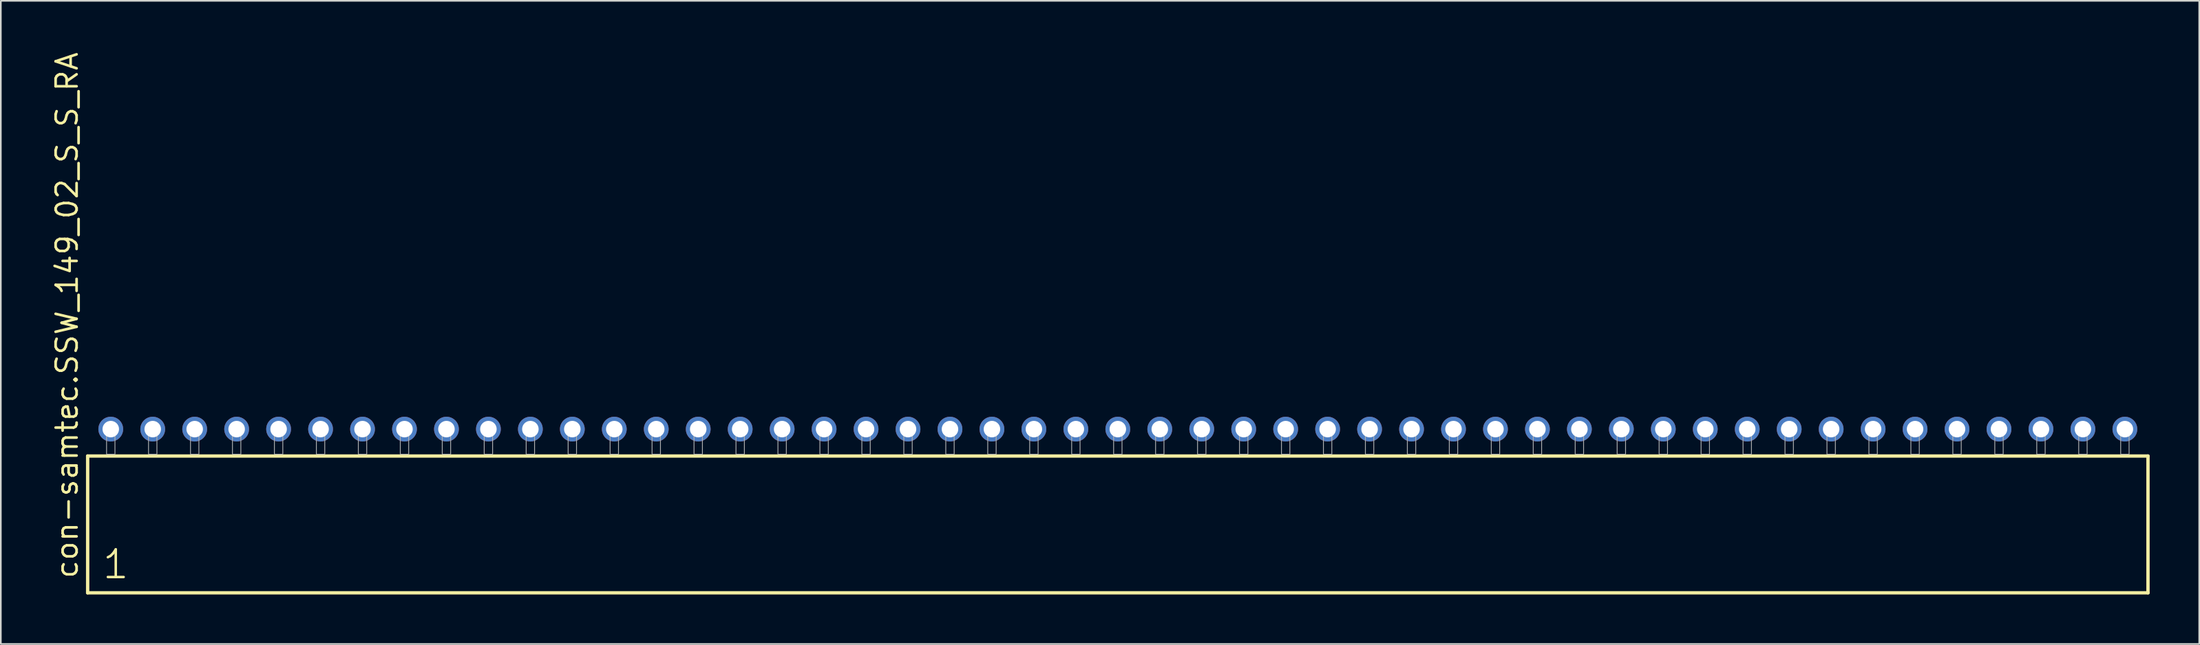
<source format=kicad_pcb>
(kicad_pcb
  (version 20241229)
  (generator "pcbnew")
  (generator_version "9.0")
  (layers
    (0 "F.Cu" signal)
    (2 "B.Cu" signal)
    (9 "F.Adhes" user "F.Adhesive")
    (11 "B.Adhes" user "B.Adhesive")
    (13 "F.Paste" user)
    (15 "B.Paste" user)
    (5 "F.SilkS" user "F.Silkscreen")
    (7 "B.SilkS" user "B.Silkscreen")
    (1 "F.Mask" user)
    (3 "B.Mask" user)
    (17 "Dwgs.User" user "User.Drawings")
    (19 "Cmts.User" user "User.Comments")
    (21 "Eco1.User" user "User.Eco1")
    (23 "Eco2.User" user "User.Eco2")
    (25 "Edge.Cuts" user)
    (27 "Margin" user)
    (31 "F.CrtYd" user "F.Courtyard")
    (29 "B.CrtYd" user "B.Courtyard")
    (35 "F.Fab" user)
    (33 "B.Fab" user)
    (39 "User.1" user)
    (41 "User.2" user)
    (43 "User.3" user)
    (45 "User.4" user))
  (footprint "con-samtec.SSW_149_02_S_S_RA"
    (layer "F.Cu")
    (at 64.615 24.477)
    (property "Reference" "con-samtec.SSW_149_02_S_S_RA" (at -62.865 7.62 90) (layer "F.SilkS") (effects (font (size 1.27 1.27) (thickness 0.16)) (justify left bottom)))
    (attr through_hole)
    (fp_line (start -62.359 0.106) (end -62.359 8.396) (stroke (width 0.203) (type default)) (layer "F.SilkS"))
    (fp_line (start -62.359 8.396) (end 62.359 8.396) (stroke (width 0.203) (type default)) (layer "F.SilkS"))
    (fp_line (start 62.359 0.106) (end -62.359 0.106) (stroke (width 0.203) (type default)) (layer "F.SilkS"))
    (fp_line (start 62.359 8.396) (end 62.359 0.106) (stroke (width 0.203) (type default)) (layer "F.SilkS"))
    (fp_rect (start -61.214 0) (end -60.706 -1.778) (stroke (width 0.05) (type default)) (fill no) (layer "F.Fab"))
    (fp_rect (start -58.674 0) (end -58.166 -1.778) (stroke (width 0.05) (type default)) (fill no) (layer "F.Fab"))
    (fp_rect (start -56.134 0) (end -55.626 -1.778) (stroke (width 0.05) (type default)) (fill no) (layer "F.Fab"))
    (fp_rect (start -53.594 0) (end -53.086 -1.778) (stroke (width 0.05) (type default)) (fill no) (layer "F.Fab"))
    (fp_rect (start -51.054 0) (end -50.546 -1.778) (stroke (width 0.05) (type default)) (fill no) (layer "F.Fab"))
    (fp_rect (start -48.514 0) (end -48.006 -1.778) (stroke (width 0.05) (type default)) (fill no) (layer "F.Fab"))
    (fp_rect (start -45.974 0) (end -45.466 -1.778) (stroke (width 0.05) (type default)) (fill no) (layer "F.Fab"))
    (fp_rect (start -43.434 0) (end -42.926 -1.778) (stroke (width 0.05) (type default)) (fill no) (layer "F.Fab"))
    (fp_rect (start -40.894 0) (end -40.386 -1.778) (stroke (width 0.05) (type default)) (fill no) (layer "F.Fab"))
    (fp_rect (start -38.354 0) (end -37.846 -1.778) (stroke (width 0.05) (type default)) (fill no) (layer "F.Fab"))
    (fp_rect (start -35.814 0) (end -35.306 -1.778) (stroke (width 0.05) (type default)) (fill no) (layer "F.Fab"))
    (fp_rect (start -33.274 0) (end -32.766 -1.778) (stroke (width 0.05) (type default)) (fill no) (layer "F.Fab"))
    (fp_rect (start -30.734 0) (end -30.226 -1.778) (stroke (width 0.05) (type default)) (fill no) (layer "F.Fab"))
    (fp_rect (start -28.194 0) (end -27.686 -1.778) (stroke (width 0.05) (type default)) (fill no) (layer "F.Fab"))
    (fp_rect (start -25.654 0) (end -25.146 -1.778) (stroke (width 0.05) (type default)) (fill no) (layer "F.Fab"))
    (fp_rect (start -23.114 0) (end -22.606 -1.778) (stroke (width 0.05) (type default)) (fill no) (layer "F.Fab"))
    (fp_rect (start -20.574 0) (end -20.066 -1.778) (stroke (width 0.05) (type default)) (fill no) (layer "F.Fab"))
    (fp_rect (start -18.034 0) (end -17.526 -1.778) (stroke (width 0.05) (type default)) (fill no) (layer "F.Fab"))
    (fp_rect (start -15.494 0) (end -14.986 -1.778) (stroke (width 0.05) (type default)) (fill no) (layer "F.Fab"))
    (fp_rect (start -12.954 0) (end -12.446 -1.778) (stroke (width 0.05) (type default)) (fill no) (layer "F.Fab"))
    (fp_rect (start -10.414 0) (end -9.906 -1.778) (stroke (width 0.05) (type default)) (fill no) (layer "F.Fab"))
    (fp_rect (start -7.874 0) (end -7.366 -1.778) (stroke (width 0.05) (type default)) (fill no) (layer "F.Fab"))
    (fp_rect (start -5.334 0) (end -4.826 -1.778) (stroke (width 0.05) (type default)) (fill no) (layer "F.Fab"))
    (fp_rect (start -2.794 0) (end -2.286 -1.778) (stroke (width 0.05) (type default)) (fill no) (layer "F.Fab"))
    (fp_rect (start -0.254 0) (end 0.254 -1.778) (stroke (width 0.05) (type default)) (fill no) (layer "F.Fab"))
    (fp_rect (start 2.286 0) (end 2.794 -1.778) (stroke (width 0.05) (type default)) (fill no) (layer "F.Fab"))
    (fp_rect (start 4.826 0) (end 5.334 -1.778) (stroke (width 0.05) (type default)) (fill no) (layer "F.Fab"))
    (fp_rect (start 7.366 0) (end 7.874 -1.778) (stroke (width 0.05) (type default)) (fill no) (layer "F.Fab"))
    (fp_rect (start 9.906 0) (end 10.414 -1.778) (stroke (width 0.05) (type default)) (fill no) (layer "F.Fab"))
    (fp_rect (start 12.446 0) (end 12.954 -1.778) (stroke (width 0.05) (type default)) (fill no) (layer "F.Fab"))
    (fp_rect (start 14.986 0) (end 15.494 -1.778) (stroke (width 0.05) (type default)) (fill no) (layer "F.Fab"))
    (fp_rect (start 17.526 0) (end 18.034 -1.778) (stroke (width 0.05) (type default)) (fill no) (layer "F.Fab"))
    (fp_rect (start 20.066 0) (end 20.574 -1.778) (stroke (width 0.05) (type default)) (fill no) (layer "F.Fab"))
    (fp_rect (start 22.606 0) (end 23.114 -1.778) (stroke (width 0.05) (type default)) (fill no) (layer "F.Fab"))
    (fp_rect (start 25.146 0) (end 25.654 -1.778) (stroke (width 0.05) (type default)) (fill no) (layer "F.Fab"))
    (fp_rect (start 27.686 0) (end 28.194 -1.778) (stroke (width 0.05) (type default)) (fill no) (layer "F.Fab"))
    (fp_rect (start 30.226 0) (end 30.734 -1.778) (stroke (width 0.05) (type default)) (fill no) (layer "F.Fab"))
    (fp_rect (start 32.766 0) (end 33.274 -1.778) (stroke (width 0.05) (type default)) (fill no) (layer "F.Fab"))
    (fp_rect (start 35.306 0) (end 35.814 -1.778) (stroke (width 0.05) (type default)) (fill no) (layer "F.Fab"))
    (fp_rect (start 37.846 0) (end 38.354 -1.778) (stroke (width 0.05) (type default)) (fill no) (layer "F.Fab"))
    (fp_rect (start 40.386 0) (end 40.894 -1.778) (stroke (width 0.05) (type default)) (fill no) (layer "F.Fab"))
    (fp_rect (start 42.926 0) (end 43.434 -1.778) (stroke (width 0.05) (type default)) (fill no) (layer "F.Fab"))
    (fp_rect (start 45.466 0) (end 45.974 -1.778) (stroke (width 0.05) (type default)) (fill no) (layer "F.Fab"))
    (fp_rect (start 48.006 0) (end 48.514 -1.778) (stroke (width 0.05) (type default)) (fill no) (layer "F.Fab"))
    (fp_rect (start 50.546 0) (end 51.054 -1.778) (stroke (width 0.05) (type default)) (fill no) (layer "F.Fab"))
    (fp_rect (start 53.086 0) (end 53.594 -1.778) (stroke (width 0.05) (type default)) (fill no) (layer "F.Fab"))
    (fp_rect (start 55.626 0) (end 56.134 -1.778) (stroke (width 0.05) (type default)) (fill no) (layer "F.Fab"))
    (fp_rect (start 58.166 0) (end 58.674 -1.778) (stroke (width 0.05) (type default)) (fill no) (layer "F.Fab"))
    (fp_rect (start 60.706 0) (end 61.214 -1.778) (stroke (width 0.05) (type default)) (fill no) (layer "F.Fab"))
    (fp_text user "1" (at -61.555 7.65 0) (layer "F.SilkS") (effects (font (size 1.676 1.676) (thickness 0.15)) (justify left bottom)))
    (pad "1" thru_hole circle (at -60.96 -1.524) (size 1.5 1.5) (drill 1) (layers "*.Cu" "*.Mask"))
    (pad "2" thru_hole circle (at -58.42 -1.524) (size 1.5 1.5) (drill 1) (layers "*.Cu" "*.Mask"))
    (pad "3" thru_hole circle (at -55.88 -1.524) (size 1.5 1.5) (drill 1) (layers "*.Cu" "*.Mask"))
    (pad "4" thru_hole circle (at -53.34 -1.524) (size 1.5 1.5) (drill 1) (layers "*.Cu" "*.Mask"))
    (pad "5" thru_hole circle (at -50.8 -1.524) (size 1.5 1.5) (drill 1) (layers "*.Cu" "*.Mask"))
    (pad "6" thru_hole circle (at -48.26 -1.524) (size 1.5 1.5) (drill 1) (layers "*.Cu" "*.Mask"))
    (pad "7" thru_hole circle (at -45.72 -1.524) (size 1.5 1.5) (drill 1) (layers "*.Cu" "*.Mask"))
    (pad "8" thru_hole circle (at -43.18 -1.524) (size 1.5 1.5) (drill 1) (layers "*.Cu" "*.Mask"))
    (pad "9" thru_hole circle (at -40.64 -1.524) (size 1.5 1.5) (drill 1) (layers "*.Cu" "*.Mask"))
    (pad "10" thru_hole circle (at -38.1 -1.524) (size 1.5 1.5) (drill 1) (layers "*.Cu" "*.Mask"))
    (pad "11" thru_hole circle (at -35.56 -1.524) (size 1.5 1.5) (drill 1) (layers "*.Cu" "*.Mask"))
    (pad "12" thru_hole circle (at -33.02 -1.524) (size 1.5 1.5) (drill 1) (layers "*.Cu" "*.Mask"))
    (pad "13" thru_hole circle (at -30.48 -1.524) (size 1.5 1.5) (drill 1) (layers "*.Cu" "*.Mask"))
    (pad "14" thru_hole circle (at -27.94 -1.524) (size 1.5 1.5) (drill 1) (layers "*.Cu" "*.Mask"))
    (pad "15" thru_hole circle (at -25.4 -1.524) (size 1.5 1.5) (drill 1) (layers "*.Cu" "*.Mask"))
    (pad "16" thru_hole circle (at -22.86 -1.524) (size 1.5 1.5) (drill 1) (layers "*.Cu" "*.Mask"))
    (pad "17" thru_hole circle (at -20.32 -1.524) (size 1.5 1.5) (drill 1) (layers "*.Cu" "*.Mask"))
    (pad "18" thru_hole circle (at -17.78 -1.524) (size 1.5 1.5) (drill 1) (layers "*.Cu" "*.Mask"))
    (pad "19" thru_hole circle (at -15.24 -1.524) (size 1.5 1.5) (drill 1) (layers "*.Cu" "*.Mask"))
    (pad "20" thru_hole circle (at -12.7 -1.524) (size 1.5 1.5) (drill 1) (layers "*.Cu" "*.Mask"))
    (pad "21" thru_hole circle (at -10.16 -1.524) (size 1.5 1.5) (drill 1) (layers "*.Cu" "*.Mask"))
    (pad "22" thru_hole circle (at -7.62 -1.524) (size 1.5 1.5) (drill 1) (layers "*.Cu" "*.Mask"))
    (pad "23" thru_hole circle (at -5.08 -1.524) (size 1.5 1.5) (drill 1) (layers "*.Cu" "*.Mask"))
    (pad "24" thru_hole circle (at -2.54 -1.524) (size 1.5 1.5) (drill 1) (layers "*.Cu" "*.Mask"))
    (pad "25" thru_hole circle (at 0 -1.524) (size 1.5 1.5) (drill 1) (layers "*.Cu" "*.Mask"))
    (pad "26" thru_hole circle (at 2.54 -1.524) (size 1.5 1.5) (drill 1) (layers "*.Cu" "*.Mask"))
    (pad "27" thru_hole circle (at 5.08 -1.524) (size 1.5 1.5) (drill 1) (layers "*.Cu" "*.Mask"))
    (pad "28" thru_hole circle (at 7.62 -1.524) (size 1.5 1.5) (drill 1) (layers "*.Cu" "*.Mask"))
    (pad "29" thru_hole circle (at 10.16 -1.524) (size 1.5 1.5) (drill 1) (layers "*.Cu" "*.Mask"))
    (pad "30" thru_hole circle (at 12.7 -1.524) (size 1.5 1.5) (drill 1) (layers "*.Cu" "*.Mask"))
    (pad "31" thru_hole circle (at 15.24 -1.524) (size 1.5 1.5) (drill 1) (layers "*.Cu" "*.Mask"))
    (pad "32" thru_hole circle (at 17.78 -1.524) (size 1.5 1.5) (drill 1) (layers "*.Cu" "*.Mask"))
    (pad "33" thru_hole circle (at 20.32 -1.524) (size 1.5 1.5) (drill 1) (layers "*.Cu" "*.Mask"))
    (pad "34" thru_hole circle (at 22.86 -1.524) (size 1.5 1.5) (drill 1) (layers "*.Cu" "*.Mask"))
    (pad "35" thru_hole circle (at 25.4 -1.524) (size 1.5 1.5) (drill 1) (layers "*.Cu" "*.Mask"))
    (pad "36" thru_hole circle (at 27.94 -1.524) (size 1.5 1.5) (drill 1) (layers "*.Cu" "*.Mask"))
    (pad "37" thru_hole circle (at 30.48 -1.524) (size 1.5 1.5) (drill 1) (layers "*.Cu" "*.Mask"))
    (pad "38" thru_hole circle (at 33.02 -1.524) (size 1.5 1.5) (drill 1) (layers "*.Cu" "*.Mask"))
    (pad "39" thru_hole circle (at 35.56 -1.524) (size 1.5 1.5) (drill 1) (layers "*.Cu" "*.Mask"))
    (pad "40" thru_hole circle (at 38.1 -1.524) (size 1.5 1.5) (drill 1) (layers "*.Cu" "*.Mask"))
    (pad "41" thru_hole circle (at 40.64 -1.524) (size 1.5 1.5) (drill 1) (layers "*.Cu" "*.Mask"))
    (pad "42" thru_hole circle (at 43.18 -1.524) (size 1.5 1.5) (drill 1) (layers "*.Cu" "*.Mask"))
    (pad "43" thru_hole circle (at 45.72 -1.524) (size 1.5 1.5) (drill 1) (layers "*.Cu" "*.Mask"))
    (pad "44" thru_hole circle (at 48.26 -1.524) (size 1.5 1.5) (drill 1) (layers "*.Cu" "*.Mask"))
    (pad "45" thru_hole circle (at 50.8 -1.524) (size 1.5 1.5) (drill 1) (layers "*.Cu" "*.Mask"))
    (pad "46" thru_hole circle (at 53.34 -1.524) (size 1.5 1.5) (drill 1) (layers "*.Cu" "*.Mask"))
    (pad "47" thru_hole circle (at 55.88 -1.524) (size 1.5 1.5) (drill 1) (layers "*.Cu" "*.Mask"))
    (pad "48" thru_hole circle (at 58.42 -1.524) (size 1.5 1.5) (drill 1) (layers "*.Cu" "*.Mask"))
    (pad "49" thru_hole circle (at 60.96 -1.524) (size 1.5 1.5) (drill 1) (layers "*.Cu" "*.Mask")))
  (gr_rect
    (start -3 -3)
    (end 130.076 35.975)
    (stroke (width 0.1) (type default))
    (fill no)
    (layer "Edge.Cuts")))
</source>
